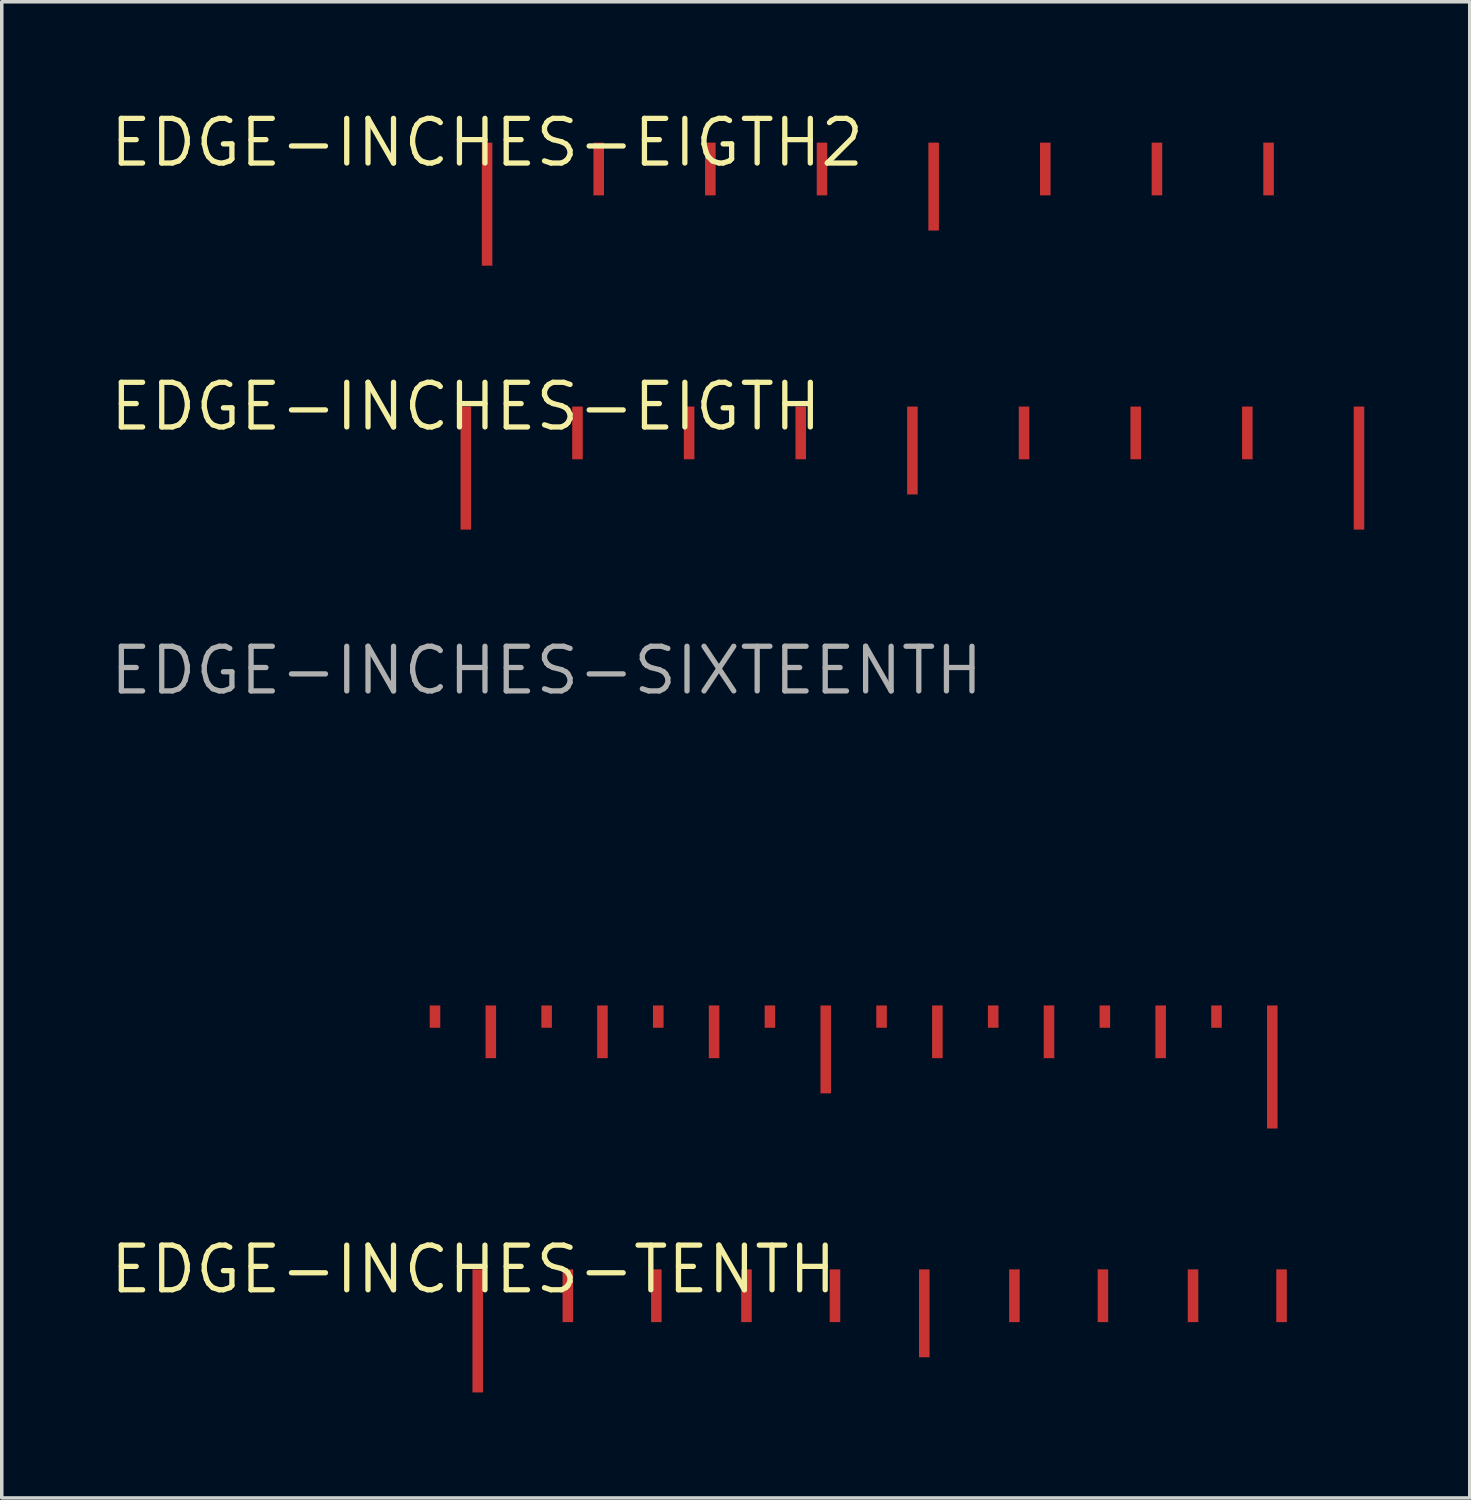
<source format=kicad_pcb>
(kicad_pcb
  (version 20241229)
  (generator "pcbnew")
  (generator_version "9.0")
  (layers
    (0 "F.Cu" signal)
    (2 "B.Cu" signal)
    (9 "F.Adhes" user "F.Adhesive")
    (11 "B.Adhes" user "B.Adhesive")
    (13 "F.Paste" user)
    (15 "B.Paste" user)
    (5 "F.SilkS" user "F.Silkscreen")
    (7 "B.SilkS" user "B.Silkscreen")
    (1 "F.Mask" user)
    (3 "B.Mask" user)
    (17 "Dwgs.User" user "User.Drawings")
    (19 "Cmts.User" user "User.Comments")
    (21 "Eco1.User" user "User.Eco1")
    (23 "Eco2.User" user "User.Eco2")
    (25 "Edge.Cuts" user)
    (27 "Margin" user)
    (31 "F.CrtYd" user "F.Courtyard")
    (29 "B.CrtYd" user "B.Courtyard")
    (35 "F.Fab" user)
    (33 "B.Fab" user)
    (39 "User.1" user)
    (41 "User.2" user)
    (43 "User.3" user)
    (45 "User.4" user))
  (footprint "EDGE-INCHES-SIXTEENTH"
    (layer "F.Cu")
    (at 7.733 25.544)
    (property "Reference" "EDGE-INCHES-SIXTEENTH" (at 4.763 -9.525 0) (layer "F.Fab") (effects (font (size 1.27 1.27) (thickness 0.15))))
    (attr through_hole)
    (fp_poly (pts (xy 1.438 0.635) (xy 1.738 0.635) (xy 1.738 0) (xy 1.438 0)) (stroke (width 0) (type solid)) (fill yes) (layer "F.Cu"))
    (fp_poly (pts (xy 3.025 1.5) (xy 3.325 1.5) (xy 3.325 0) (xy 3.025 0)) (stroke (width 0) (type solid)) (fill yes) (layer "F.Cu"))
    (fp_poly (pts (xy 4.612 0.635) (xy 4.912 0.635) (xy 4.912 0) (xy 4.612 0)) (stroke (width 0) (type solid)) (fill yes) (layer "F.Cu"))
    (fp_poly (pts (xy 6.2 1.5) (xy 6.5 1.5) (xy 6.5 0) (xy 6.2 0)) (stroke (width 0) (type solid)) (fill yes) (layer "F.Cu"))
    (fp_poly (pts (xy 7.787 0.635) (xy 8.088 0.635) (xy 8.088 0) (xy 7.787 0)) (stroke (width 0) (type solid)) (fill yes) (layer "F.Cu"))
    (fp_poly (pts (xy 9.375 1.5) (xy 9.675 1.5) (xy 9.675 0) (xy 9.375 0)) (stroke (width 0) (type solid)) (fill yes) (layer "F.Cu"))
    (fp_poly (pts (xy 10.963 0.635) (xy 11.262 0.635) (xy 11.262 0) (xy 10.963 0)) (stroke (width 0) (type solid)) (fill yes) (layer "F.Cu"))
    (fp_poly (pts (xy 12.55 2.5) (xy 12.85 2.5) (xy 12.85 0) (xy 12.55 0)) (stroke (width 0) (type solid)) (fill yes) (layer "F.Cu"))
    (fp_poly (pts (xy 14.137 0.635) (xy 14.438 0.635) (xy 14.438 0) (xy 14.137 0)) (stroke (width 0) (type solid)) (fill yes) (layer "F.Cu"))
    (fp_poly (pts (xy 15.725 1.5) (xy 16.025 1.5) (xy 16.025 0) (xy 15.725 0)) (stroke (width 0) (type solid)) (fill yes) (layer "F.Cu"))
    (fp_poly (pts (xy 17.312 0.635) (xy 17.613 0.635) (xy 17.613 0) (xy 17.312 0)) (stroke (width 0) (type solid)) (fill yes) (layer "F.Cu"))
    (fp_poly (pts (xy 18.9 1.5) (xy 19.2 1.5) (xy 19.2 0) (xy 18.9 0)) (stroke (width 0) (type solid)) (fill yes) (layer "F.Cu"))
    (fp_poly (pts (xy 20.488 0.635) (xy 20.788 0.635) (xy 20.788 0) (xy 20.488 0)) (stroke (width 0) (type solid)) (fill yes) (layer "F.Cu"))
    (fp_poly (pts (xy 22.075 1.5) (xy 22.375 1.5) (xy 22.375 0) (xy 22.075 0)) (stroke (width 0) (type solid)) (fill yes) (layer "F.Cu"))
    (fp_poly (pts (xy 23.663 0.635) (xy 23.962 0.635) (xy 23.962 0) (xy 23.663 0)) (stroke (width 0) (type solid)) (fill yes) (layer "F.Cu"))
    (fp_poly (pts (xy 25.25 3.5) (xy 25.55 3.5) (xy 25.55 0) (xy 25.25 0)) (stroke (width 0) (type solid)) (fill yes) (layer "F.Cu"))
    (fp_poly (pts (xy 1.438 0.635) (xy 1.738 0.635) (xy 1.738 0) (xy 1.438 0)) (stroke (width 0) (type solid)) (fill yes) (layer "F.Mask"))
    (fp_poly (pts (xy 3.025 1.5) (xy 3.325 1.5) (xy 3.325 0) (xy 3.025 0)) (stroke (width 0) (type solid)) (fill yes) (layer "F.Mask"))
    (fp_poly (pts (xy 4.612 0.635) (xy 4.912 0.635) (xy 4.912 0) (xy 4.612 0)) (stroke (width 0) (type solid)) (fill yes) (layer "F.Mask"))
    (fp_poly (pts (xy 6.2 1.5) (xy 6.5 1.5) (xy 6.5 0) (xy 6.2 0)) (stroke (width 0) (type solid)) (fill yes) (layer "F.Mask"))
    (fp_poly (pts (xy 7.787 0.635) (xy 8.088 0.635) (xy 8.088 0) (xy 7.787 0)) (stroke (width 0) (type solid)) (fill yes) (layer "F.Mask"))
    (fp_poly (pts (xy 9.375 1.5) (xy 9.675 1.5) (xy 9.675 0) (xy 9.375 0)) (stroke (width 0) (type solid)) (fill yes) (layer "F.Mask"))
    (fp_poly (pts (xy 10.963 0.635) (xy 11.262 0.635) (xy 11.262 0) (xy 10.963 0)) (stroke (width 0) (type solid)) (fill yes) (layer "F.Mask"))
    (fp_poly (pts (xy 12.55 2.5) (xy 12.85 2.5) (xy 12.85 0) (xy 12.55 0)) (stroke (width 0) (type solid)) (fill yes) (layer "F.Mask"))
    (fp_poly (pts (xy 14.137 0.635) (xy 14.438 0.635) (xy 14.438 0) (xy 14.137 0)) (stroke (width 0) (type solid)) (fill yes) (layer "F.Mask"))
    (fp_poly (pts (xy 15.725 1.5) (xy 16.025 1.5) (xy 16.025 0) (xy 15.725 0)) (stroke (width 0) (type solid)) (fill yes) (layer "F.Mask"))
    (fp_poly (pts (xy 17.312 0.635) (xy 17.613 0.635) (xy 17.613 0) (xy 17.312 0)) (stroke (width 0) (type solid)) (fill yes) (layer "F.Mask"))
    (fp_poly (pts (xy 18.9 1.5) (xy 19.2 1.5) (xy 19.2 0) (xy 18.9 0)) (stroke (width 0) (type solid)) (fill yes) (layer "F.Mask"))
    (fp_poly (pts (xy 20.488 0.635) (xy 20.788 0.635) (xy 20.788 0) (xy 20.488 0)) (stroke (width 0) (type solid)) (fill yes) (layer "F.Mask"))
    (fp_poly (pts (xy 22.075 1.5) (xy 22.375 1.5) (xy 22.375 0) (xy 22.075 0)) (stroke (width 0) (type solid)) (fill yes) (layer "F.Mask"))
    (fp_poly (pts (xy 23.663 0.635) (xy 23.962 0.635) (xy 23.962 0) (xy 23.663 0)) (stroke (width 0) (type solid)) (fill yes) (layer "F.Mask"))
    (fp_poly (pts (xy 25.25 3.5) (xy 25.55 3.5) (xy 25.55 0) (xy 25.25 0)) (stroke (width 0) (type solid)) (fill yes) (layer "F.Mask")))
  (footprint "EDGE-INCHES-TENTH"
    (layer "F.Cu")
    (at 10.536 33.05)
    (property "Reference" "EDGE-INCHES-TENTH" (at -0.127 0 0) (layer "F.SilkS") (effects (font (size 1.27 1.27) (thickness 0.15))))
    (attr through_hole)
    (fp_poly (pts (xy -0.15 3.5) (xy 0.15 3.5) (xy 0.15 0) (xy -0.15 0)) (stroke (width 0) (type solid)) (fill yes) (layer "F.Cu"))
    (fp_poly (pts (xy 2.413 1.5) (xy 2.713 1.5) (xy 2.713 0) (xy 2.413 0)) (stroke (width 0) (type solid)) (fill yes) (layer "F.Cu"))
    (fp_poly (pts (xy 4.93 1.5) (xy 5.23 1.5) (xy 5.23 0) (xy 4.93 0)) (stroke (width 0) (type solid)) (fill yes) (layer "F.Cu"))
    (fp_poly (pts (xy 7.493 1.5) (xy 7.793 1.5) (xy 7.793 0) (xy 7.493 0)) (stroke (width 0) (type solid)) (fill yes) (layer "F.Cu"))
    (fp_poly (pts (xy 10.01 1.5) (xy 10.31 1.5) (xy 10.31 0) (xy 10.01 0)) (stroke (width 0) (type solid)) (fill yes) (layer "F.Cu"))
    (fp_poly (pts (xy 12.55 2.5) (xy 12.85 2.5) (xy 12.85 0) (xy 12.55 0)) (stroke (width 0) (type solid)) (fill yes) (layer "F.Cu"))
    (fp_poly (pts (xy 15.113 1.5) (xy 15.413 1.5) (xy 15.413 0) (xy 15.113 0)) (stroke (width 0) (type solid)) (fill yes) (layer "F.Cu"))
    (fp_poly (pts (xy 17.63 1.5) (xy 17.93 1.5) (xy 17.93 0) (xy 17.63 0)) (stroke (width 0) (type solid)) (fill yes) (layer "F.Cu"))
    (fp_poly (pts (xy 20.193 1.5) (xy 20.493 1.5) (xy 20.493 0) (xy 20.193 0)) (stroke (width 0) (type solid)) (fill yes) (layer "F.Cu"))
    (fp_poly (pts (xy 22.71 1.5) (xy 23.01 1.5) (xy 23.01 0) (xy 22.71 0)) (stroke (width 0) (type solid)) (fill yes) (layer "F.Cu"))
    (fp_poly (pts (xy -0.15 3.5) (xy 0.15 3.5) (xy 0.15 0) (xy -0.15 0)) (stroke (width 0) (type solid)) (fill yes) (layer "F.Mask"))
    (fp_poly (pts (xy 2.413 1.5) (xy 2.713 1.5) (xy 2.713 0) (xy 2.413 0)) (stroke (width 0) (type solid)) (fill yes) (layer "F.Mask"))
    (fp_poly (pts (xy 4.93 1.5) (xy 5.23 1.5) (xy 5.23 0) (xy 4.93 0)) (stroke (width 0) (type solid)) (fill yes) (layer "F.Mask"))
    (fp_poly (pts (xy 7.493 1.5) (xy 7.793 1.5) (xy 7.793 0) (xy 7.493 0)) (stroke (width 0) (type solid)) (fill yes) (layer "F.Mask"))
    (fp_poly (pts (xy 10.01 1.5) (xy 10.31 1.5) (xy 10.31 0) (xy 10.01 0)) (stroke (width 0) (type solid)) (fill yes) (layer "F.Mask"))
    (fp_poly (pts (xy 12.55 2.5) (xy 12.85 2.5) (xy 12.85 0) (xy 12.55 0)) (stroke (width 0) (type solid)) (fill yes) (layer "F.Mask"))
    (fp_poly (pts (xy 15.113 1.5) (xy 15.413 1.5) (xy 15.413 0) (xy 15.113 0)) (stroke (width 0) (type solid)) (fill yes) (layer "F.Mask"))
    (fp_poly (pts (xy 17.63 1.5) (xy 17.93 1.5) (xy 17.93 0) (xy 17.63 0)) (stroke (width 0) (type solid)) (fill yes) (layer "F.Mask"))
    (fp_poly (pts (xy 20.193 1.5) (xy 20.493 1.5) (xy 20.493 0) (xy 20.193 0)) (stroke (width 0) (type solid)) (fill yes) (layer "F.Mask"))
    (fp_poly (pts (xy 22.71 1.5) (xy 23.01 1.5) (xy 23.01 0) (xy 22.71 0)) (stroke (width 0) (type solid)) (fill yes) (layer "F.Mask")))
  (footprint "EDGE-INCHES-EIGTH2"
    (layer "F.Cu")
    (at 10.802 1.006)
    (property "Reference" "EDGE-INCHES-EIGTH2" (at 0 0 0) (layer "F.SilkS") (effects (font (size 1.27 1.27) (thickness 0.15))))
    (attr through_hole)
    (fp_poly (pts (xy -0.15 3.5) (xy 0.15 3.5) (xy 0.15 0) (xy -0.15 0)) (stroke (width 0) (type solid)) (fill yes) (layer "F.Cu"))
    (fp_poly (pts (xy 3.025 1.5) (xy 3.325 1.5) (xy 3.325 0) (xy 3.025 0)) (stroke (width 0) (type solid)) (fill yes) (layer "F.Cu"))
    (fp_poly (pts (xy 6.2 1.5) (xy 6.5 1.5) (xy 6.5 0) (xy 6.2 0)) (stroke (width 0) (type solid)) (fill yes) (layer "F.Cu"))
    (fp_poly (pts (xy 9.375 1.5) (xy 9.675 1.5) (xy 9.675 0) (xy 9.375 0)) (stroke (width 0) (type solid)) (fill yes) (layer "F.Cu"))
    (fp_poly (pts (xy 12.55 2.5) (xy 12.85 2.5) (xy 12.85 0) (xy 12.55 0)) (stroke (width 0) (type solid)) (fill yes) (layer "F.Cu"))
    (fp_poly (pts (xy 15.725 1.5) (xy 16.025 1.5) (xy 16.025 0) (xy 15.725 0)) (stroke (width 0) (type solid)) (fill yes) (layer "F.Cu"))
    (fp_poly (pts (xy 18.9 1.5) (xy 19.2 1.5) (xy 19.2 0) (xy 18.9 0)) (stroke (width 0) (type solid)) (fill yes) (layer "F.Cu"))
    (fp_poly (pts (xy 22.075 1.5) (xy 22.375 1.5) (xy 22.375 0) (xy 22.075 0)) (stroke (width 0) (type solid)) (fill yes) (layer "F.Cu"))
    (fp_poly (pts (xy -0.15 3.5) (xy 0.15 3.5) (xy 0.15 0) (xy -0.15 0)) (stroke (width 0) (type solid)) (fill yes) (layer "F.Mask"))
    (fp_poly (pts (xy 3.025 1.5) (xy 3.325 1.5) (xy 3.325 0) (xy 3.025 0)) (stroke (width 0) (type solid)) (fill yes) (layer "F.Mask"))
    (fp_poly (pts (xy 6.2 1.5) (xy 6.5 1.5) (xy 6.5 0) (xy 6.2 0)) (stroke (width 0) (type solid)) (fill yes) (layer "F.Mask"))
    (fp_poly (pts (xy 9.375 1.5) (xy 9.675 1.5) (xy 9.675 0) (xy 9.375 0)) (stroke (width 0) (type solid)) (fill yes) (layer "F.Mask"))
    (fp_poly (pts (xy 12.55 2.5) (xy 12.85 2.5) (xy 12.85 0) (xy 12.55 0)) (stroke (width 0) (type solid)) (fill yes) (layer "F.Mask"))
    (fp_poly (pts (xy 15.725 1.5) (xy 16.025 1.5) (xy 16.025 0) (xy 15.725 0)) (stroke (width 0) (type solid)) (fill yes) (layer "F.Mask"))
    (fp_poly (pts (xy 18.9 1.5) (xy 19.2 1.5) (xy 19.2 0) (xy 18.9 0)) (stroke (width 0) (type solid)) (fill yes) (layer "F.Mask"))
    (fp_poly (pts (xy 22.075 1.5) (xy 22.375 1.5) (xy 22.375 0) (xy 22.075 0)) (stroke (width 0) (type solid)) (fill yes) (layer "F.Mask")))
  (footprint "EDGE-INCHES-EIGTH"
    (layer "F.Cu")
    (at 10.198 8.512)
    (property "Reference" "EDGE-INCHES-EIGTH" (at 0 0 0) (layer "F.SilkS") (effects (font (size 1.27 1.27) (thickness 0.15))))
    (attr through_hole)
    (fp_poly (pts (xy -0.15 3.5) (xy 0.15 3.5) (xy 0.15 0) (xy -0.15 0)) (stroke (width 0) (type solid)) (fill yes) (layer "F.Cu"))
    (fp_poly (pts (xy 3.025 1.5) (xy 3.325 1.5) (xy 3.325 0) (xy 3.025 0)) (stroke (width 0) (type solid)) (fill yes) (layer "F.Cu"))
    (fp_poly (pts (xy 6.2 1.5) (xy 6.5 1.5) (xy 6.5 0) (xy 6.2 0)) (stroke (width 0) (type solid)) (fill yes) (layer "F.Cu"))
    (fp_poly (pts (xy 9.375 1.5) (xy 9.675 1.5) (xy 9.675 0) (xy 9.375 0)) (stroke (width 0) (type solid)) (fill yes) (layer "F.Cu"))
    (fp_poly (pts (xy 12.55 2.5) (xy 12.85 2.5) (xy 12.85 0) (xy 12.55 0)) (stroke (width 0) (type solid)) (fill yes) (layer "F.Cu"))
    (fp_poly (pts (xy 15.725 1.5) (xy 16.025 1.5) (xy 16.025 0) (xy 15.725 0)) (stroke (width 0) (type solid)) (fill yes) (layer "F.Cu"))
    (fp_poly (pts (xy 18.9 1.5) (xy 19.2 1.5) (xy 19.2 0) (xy 18.9 0)) (stroke (width 0) (type solid)) (fill yes) (layer "F.Cu"))
    (fp_poly (pts (xy 22.075 1.5) (xy 22.375 1.5) (xy 22.375 0) (xy 22.075 0)) (stroke (width 0) (type solid)) (fill yes) (layer "F.Cu"))
    (fp_poly (pts (xy 25.25 3.5) (xy 25.55 3.5) (xy 25.55 0) (xy 25.25 0)) (stroke (width 0) (type solid)) (fill yes) (layer "F.Cu"))
    (fp_poly (pts (xy -0.15 3.5) (xy 0.15 3.5) (xy 0.15 0) (xy -0.15 0)) (stroke (width 0) (type solid)) (fill yes) (layer "F.Mask"))
    (fp_poly (pts (xy 3.025 1.5) (xy 3.325 1.5) (xy 3.325 0) (xy 3.025 0)) (stroke (width 0) (type solid)) (fill yes) (layer "F.Mask"))
    (fp_poly (pts (xy 6.2 1.5) (xy 6.5 1.5) (xy 6.5 0) (xy 6.2 0)) (stroke (width 0) (type solid)) (fill yes) (layer "F.Mask"))
    (fp_poly (pts (xy 9.375 1.5) (xy 9.675 1.5) (xy 9.675 0) (xy 9.375 0)) (stroke (width 0) (type solid)) (fill yes) (layer "F.Mask"))
    (fp_poly (pts (xy 12.55 2.5) (xy 12.85 2.5) (xy 12.85 0) (xy 12.55 0)) (stroke (width 0) (type solid)) (fill yes) (layer "F.Mask"))
    (fp_poly (pts (xy 15.725 1.5) (xy 16.025 1.5) (xy 16.025 0) (xy 15.725 0)) (stroke (width 0) (type solid)) (fill yes) (layer "F.Mask"))
    (fp_poly (pts (xy 18.9 1.5) (xy 19.2 1.5) (xy 19.2 0) (xy 18.9 0)) (stroke (width 0) (type solid)) (fill yes) (layer "F.Mask"))
    (fp_poly (pts (xy 22.075 1.5) (xy 22.375 1.5) (xy 22.375 0) (xy 22.075 0)) (stroke (width 0) (type solid)) (fill yes) (layer "F.Mask"))
    (fp_poly (pts (xy 25.25 3.5) (xy 25.55 3.5) (xy 25.55 0) (xy 25.25 0)) (stroke (width 0) (type solid)) (fill yes) (layer "F.Mask")))
  (gr_rect
    (start -3 -3)
    (end 38.748 39.55)
    (stroke (width 0.1) (type default))
    (fill no)
    (layer "Edge.Cuts")))
</source>
